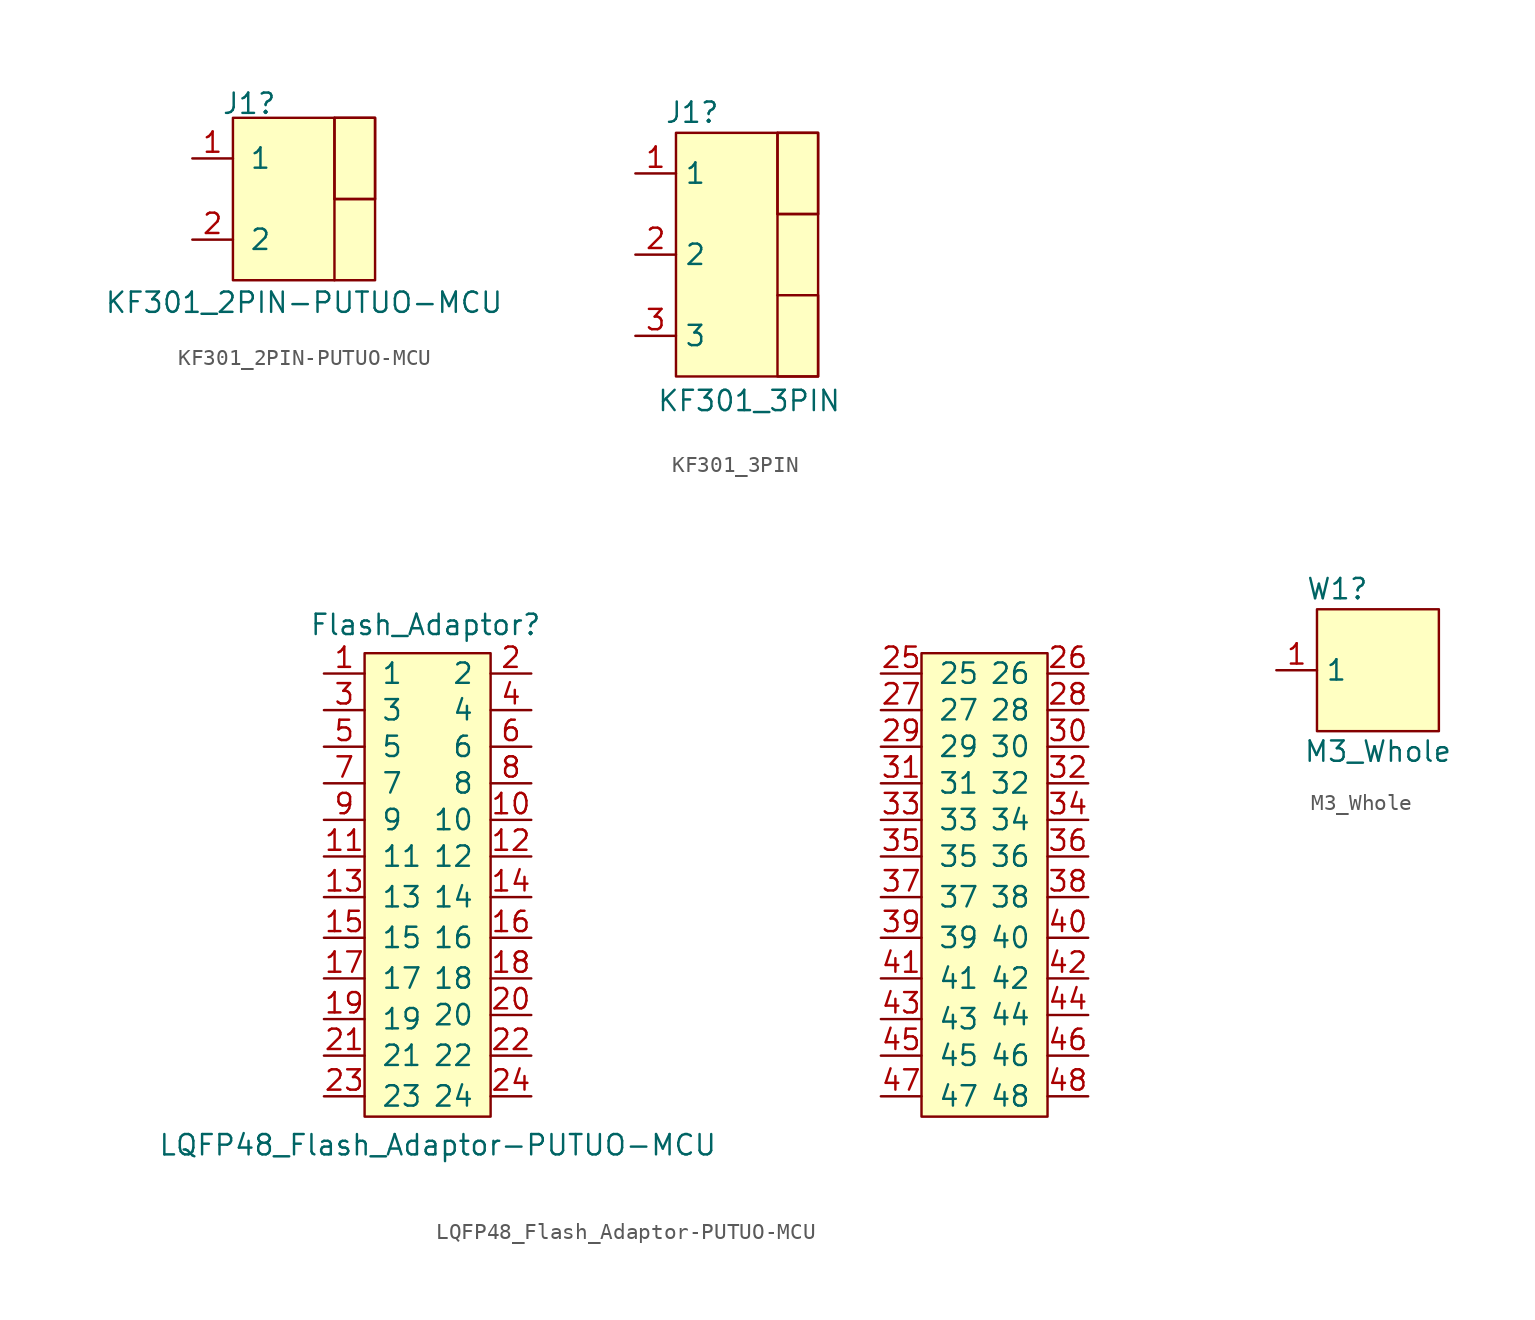
<source format=kicad_sym>
(kicad_symbol_lib
  (version 20211014)
  (generator kicad_symbol_editor)
  (symbol "KF301_2PIN-PUTUO-MCU"
    (pin_names
      (offset 1.016))
    (property "Reference" "J1"
      (at -2.794 5.969 0)
      (effects (font (size 1.27 1.27))))
    (property "Value" "KF301_2PIN-PUTUO-MCU"
      (at 0.635 -6.477 0)
      (effects (font (size 1.27 1.27))))
    (symbol "KF301_2PIN-PUTUO-MCU_0_1"
      (rectangle (start -3.81 5.08) (end 5.08 -5.08) (stroke (width 0) (type default) (color 0 0 0 0)) (fill (type background)))
      (polyline (pts (xy 2.54 0) (xy 5.08 0)) (stroke (width 0) (type default) (color 0 0 0 0)) (fill (type none)))
      (polyline (pts (xy 2.54 5.08) (xy 2.54 -5.08)) (stroke (width 0) (type default) (color 0 0 0 0)) (fill (type none)))
      (rectangle (start 2.54 5.08) (end 5.08 0) (stroke (width 0) (type default) (color 0 0 0 0)) (fill (type none))))
    (symbol "KF301_2PIN-PUTUO-MCU_1_1"
      (pin passive line (at -6.35 2.54 0) (length 2.54) (name "1" (effects (font (size 1.27 1.27)))) (number "1" (effects (font (size 1.27 1.27)))))
      (pin passive line (at -6.35 -2.54 0) (length 2.54) (name "2" (effects (font (size 1.27 1.27)))) (number "2" (effects (font (size 1.27 1.27)))))))
  (symbol "KF301_3PIN"
    (property "Reference" "J1"
      (at -3.556 8.89 0)
      (effects (font (size 1.27 1.27))))
    (property "Value" "KF301_3PIN"
      (at 0 -9.144 0)
      (effects (font (size 1.27 1.27))))
    (symbol "KF301_3PIN_0_1"
      (rectangle (start -4.572 7.62) (end 4.318 -7.62) (stroke (width 0) (type default) (color 0 0 0 0)) (fill (type background)))
      (polyline (pts (xy 1.778 2.54) (xy 4.318 2.54)) (stroke (width 0) (type default) (color 0 0 0 0)) (fill (type none)))
      (polyline (pts (xy 1.778 7.62) (xy 1.778 -2.54)) (stroke (width 0) (type default) (color 0 0 0 0)) (fill (type none)))
      (rectangle (start 1.778 -2.54) (end 4.318 -7.62) (stroke (width 0.152) (type default) (color 0 0 0 0)) (fill (type none)))
      (rectangle (start 1.778 7.62) (end 4.318 2.54) (stroke (width 0) (type default) (color 0 0 0 0)) (fill (type none))))
    (symbol "KF301_3PIN_1_1"
      (pin passive line (at -7.112 5.08 0) (length 2.54) (name "1" (effects (font (size 1.27 1.27)))) (number "1" (effects (font (size 1.27 1.27)))))
      (pin passive line (at -7.112 0 0) (length 2.54) (name "2" (effects (font (size 1.27 1.27)))) (number "2" (effects (font (size 1.27 1.27)))))
      (pin passive line (at -7.112 -5.08 0) (length 2.54) (name "3" (effects (font (size 1.27 1.27)))) (number "3" (effects (font (size 1.27 1.27)))))))
  (symbol "LQFP48_Flash_Adaptor-PUTUO-MCU"
    (pin_names
      (offset 1.016))
    (property "Reference" "Flash_Adaptor"
      (at -17.526 15.748 0)
      (effects (font (size 1.27 1.27))))
    (property "Value" "LQFP48_Flash_Adaptor-PUTUO-MCU"
      (at -16.764 -16.764 0)
      (effects (font (size 1.27 1.27))))
    (symbol "LQFP48_Flash_Adaptor-PUTUO-MCU_0_1"
      (rectangle (start -21.336 13.97) (end -13.462 -14.986) (stroke (width 0) (type default) (color 0 0 0 0)) (fill (type background))))
    (symbol "LQFP48_Flash_Adaptor-PUTUO-MCU_1_1"
      (rectangle (start 13.462 13.97) (end 21.336 -14.986) (stroke (width 0) (type default) (color 0 0 0 0)) (fill (type background)))
      (pin passive line (at -23.876 12.7 0) (length 2.54) (name "1" (effects (font (size 1.27 1.27)))) (number "1" (effects (font (size 1.27 1.27)))))
      (pin passive line (at -10.922 3.556 180) (length 2.54) (name "10" (effects (font (size 1.27 1.27)))) (number "10" (effects (font (size 1.27 1.27)))))
      (pin passive line (at -23.876 1.27 0) (length 2.54) (name "11" (effects (font (size 1.27 1.27)))) (number "11" (effects (font (size 1.27 1.27)))))
      (pin passive line (at -10.922 1.27 180) (length 2.54) (name "12" (effects (font (size 1.27 1.27)))) (number "12" (effects (font (size 1.27 1.27)))))
      (pin passive line (at -23.876 -1.27 0) (length 2.54) (name "13" (effects (font (size 1.27 1.27)))) (number "13" (effects (font (size 1.27 1.27)))))
      (pin passive line (at -10.922 -1.27 180) (length 2.54) (name "14" (effects (font (size 1.27 1.27)))) (number "14" (effects (font (size 1.27 1.27)))))
      (pin passive line (at -23.876 -3.81 0) (length 2.54) (name "15" (effects (font (size 1.27 1.27)))) (number "15" (effects (font (size 1.27 1.27)))))
      (pin passive line (at -10.922 -3.81 180) (length 2.54) (name "16" (effects (font (size 1.27 1.27)))) (number "16" (effects (font (size 1.27 1.27)))))
      (pin passive line (at -23.876 -6.35 0) (length 2.54) (name "17" (effects (font (size 1.27 1.27)))) (number "17" (effects (font (size 1.27 1.27)))))
      (pin passive line (at -10.922 -6.35 180) (length 2.54) (name "18" (effects (font (size 1.27 1.27)))) (number "18" (effects (font (size 1.27 1.27)))))
      (pin passive line (at -23.876 -8.89 0) (length 2.54) (name "19" (effects (font (size 1.27 1.27)))) (number "19" (effects (font (size 1.27 1.27)))))
      (pin passive line (at -10.922 12.7 180) (length 2.54) (name "2" (effects (font (size 1.27 1.27)))) (number "2" (effects (font (size 1.27 1.27)))))
      (pin passive line (at -10.922 -8.636 180) (length 2.54) (name "20" (effects (font (size 1.27 1.27)))) (number "20" (effects (font (size 1.27 1.27)))))
      (pin passive line (at -23.876 -11.176 0) (length 2.54) (name "21" (effects (font (size 1.27 1.27)))) (number "21" (effects (font (size 1.27 1.27)))))
      (pin passive line (at -10.922 -11.176 180) (length 2.54) (name "22" (effects (font (size 1.27 1.27)))) (number "22" (effects (font (size 1.27 1.27)))))
      (pin passive line (at -23.876 -13.716 0) (length 2.54) (name "23" (effects (font (size 1.27 1.27)))) (number "23" (effects (font (size 1.27 1.27)))))
      (pin passive line (at -10.922 -13.716 180) (length 2.54) (name "24" (effects (font (size 1.27 1.27)))) (number "24" (effects (font (size 1.27 1.27)))))
      (pin passive line (at 10.922 12.7 0) (length 2.54) (name "25" (effects (font (size 1.27 1.27)))) (number "25" (effects (font (size 1.27 1.27)))))
      (pin passive line (at 23.876 12.7 180) (length 2.54) (name "26" (effects (font (size 1.27 1.27)))) (number "26" (effects (font (size 1.27 1.27)))))
      (pin passive line (at 10.922 10.414 0) (length 2.54) (name "27" (effects (font (size 1.27 1.27)))) (number "27" (effects (font (size 1.27 1.27)))))
      (pin passive line (at 23.876 10.414 180) (length 2.54) (name "28" (effects (font (size 1.27 1.27)))) (number "28" (effects (font (size 1.27 1.27)))))
      (pin passive line (at 10.922 8.128 0) (length 2.54) (name "29" (effects (font (size 1.27 1.27)))) (number "29" (effects (font (size 1.27 1.27)))))
      (pin passive line (at -23.876 10.414 0) (length 2.54) (name "3" (effects (font (size 1.27 1.27)))) (number "3" (effects (font (size 1.27 1.27)))))
      (pin passive line (at 23.876 8.128 180) (length 2.54) (name "30" (effects (font (size 1.27 1.27)))) (number "30" (effects (font (size 1.27 1.27)))))
      (pin passive line (at 10.922 5.842 0) (length 2.54) (name "31" (effects (font (size 1.27 1.27)))) (number "31" (effects (font (size 1.27 1.27)))))
      (pin passive line (at 23.876 5.842 180) (length 2.54) (name "32" (effects (font (size 1.27 1.27)))) (number "32" (effects (font (size 1.27 1.27)))))
      (pin passive line (at 10.922 3.556 0) (length 2.54) (name "33" (effects (font (size 1.27 1.27)))) (number "33" (effects (font (size 1.27 1.27)))))
      (pin passive line (at 23.876 3.556 180) (length 2.54) (name "34" (effects (font (size 1.27 1.27)))) (number "34" (effects (font (size 1.27 1.27)))))
      (pin passive line (at 10.922 1.27 0) (length 2.54) (name "35" (effects (font (size 1.27 1.27)))) (number "35" (effects (font (size 1.27 1.27)))))
      (pin passive line (at 23.876 1.27 180) (length 2.54) (name "36" (effects (font (size 1.27 1.27)))) (number "36" (effects (font (size 1.27 1.27)))))
      (pin passive line (at 10.922 -1.27 0) (length 2.54) (name "37" (effects (font (size 1.27 1.27)))) (number "37" (effects (font (size 1.27 1.27)))))
      (pin passive line (at 23.876 -1.27 180) (length 2.54) (name "38" (effects (font (size 1.27 1.27)))) (number "38" (effects (font (size 1.27 1.27)))))
      (pin passive line (at 10.922 -3.81 0) (length 2.54) (name "39" (effects (font (size 1.27 1.27)))) (number "39" (effects (font (size 1.27 1.27)))))
      (pin passive line (at -10.922 10.414 180) (length 2.54) (name "4" (effects (font (size 1.27 1.27)))) (number "4" (effects (font (size 1.27 1.27)))))
      (pin passive line (at 23.876 -3.81 180) (length 2.54) (name "40" (effects (font (size 1.27 1.27)))) (number "40" (effects (font (size 1.27 1.27)))))
      (pin passive line (at 10.922 -6.35 0) (length 2.54) (name "41" (effects (font (size 1.27 1.27)))) (number "41" (effects (font (size 1.27 1.27)))))
      (pin passive line (at 23.876 -6.35 180) (length 2.54) (name "42" (effects (font (size 1.27 1.27)))) (number "42" (effects (font (size 1.27 1.27)))))
      (pin passive line (at 10.922 -8.89 0) (length 2.54) (name "43" (effects (font (size 1.27 1.27)))) (number "43" (effects (font (size 1.27 1.27)))))
      (pin passive line (at 23.876 -8.636 180) (length 2.54) (name "44" (effects (font (size 1.27 1.27)))) (number "44" (effects (font (size 1.27 1.27)))))
      (pin passive line (at 10.922 -11.176 0) (length 2.54) (name "45" (effects (font (size 1.27 1.27)))) (number "45" (effects (font (size 1.27 1.27)))))
      (pin passive line (at 23.876 -11.176 180) (length 2.54) (name "46" (effects (font (size 1.27 1.27)))) (number "46" (effects (font (size 1.27 1.27)))))
      (pin passive line (at 10.922 -13.716 0) (length 2.54) (name "47" (effects (font (size 1.27 1.27)))) (number "47" (effects (font (size 1.27 1.27)))))
      (pin passive line (at 23.876 -13.716 180) (length 2.54) (name "48" (effects (font (size 1.27 1.27)))) (number "48" (effects (font (size 1.27 1.27)))))
      (pin passive line (at -23.876 8.128 0) (length 2.54) (name "5" (effects (font (size 1.27 1.27)))) (number "5" (effects (font (size 1.27 1.27)))))
      (pin passive line (at -10.922 8.128 180) (length 2.54) (name "6" (effects (font (size 1.27 1.27)))) (number "6" (effects (font (size 1.27 1.27)))))
      (pin passive line (at -23.876 5.842 0) (length 2.54) (name "7" (effects (font (size 1.27 1.27)))) (number "7" (effects (font (size 1.27 1.27)))))
      (pin passive line (at -10.922 5.842 180) (length 2.54) (name "8" (effects (font (size 1.27 1.27)))) (number "8" (effects (font (size 1.27 1.27)))))
      (pin passive line (at -23.876 3.556 0) (length 2.54) (name "9" (effects (font (size 1.27 1.27)))) (number "9" (effects (font (size 1.27 1.27)))))))
  (symbol "M3_Whole"
    (property "Reference" "W1"
      (at -2.54 5.08 0)
      (effects (font (size 1.27 1.27))))
    (property "Value" "M3_Whole"
      (at 0 -5.08 0)
      (effects (font (size 1.27 1.27))))
    (symbol "M3_Whole_0_1"
      (rectangle (start -3.81 3.81) (end 3.81 -3.81) (stroke (width 0) (type default) (color 0 0 0 0)) (fill (type background))))
    (symbol "M3_Whole_1_1"
      (pin input line (at -6.35 0 0) (length 2.54) (name "1" (effects (font (size 1.27 1.27)))) (number "1" (effects (font (size 1.27 1.27))))))))
</source>
